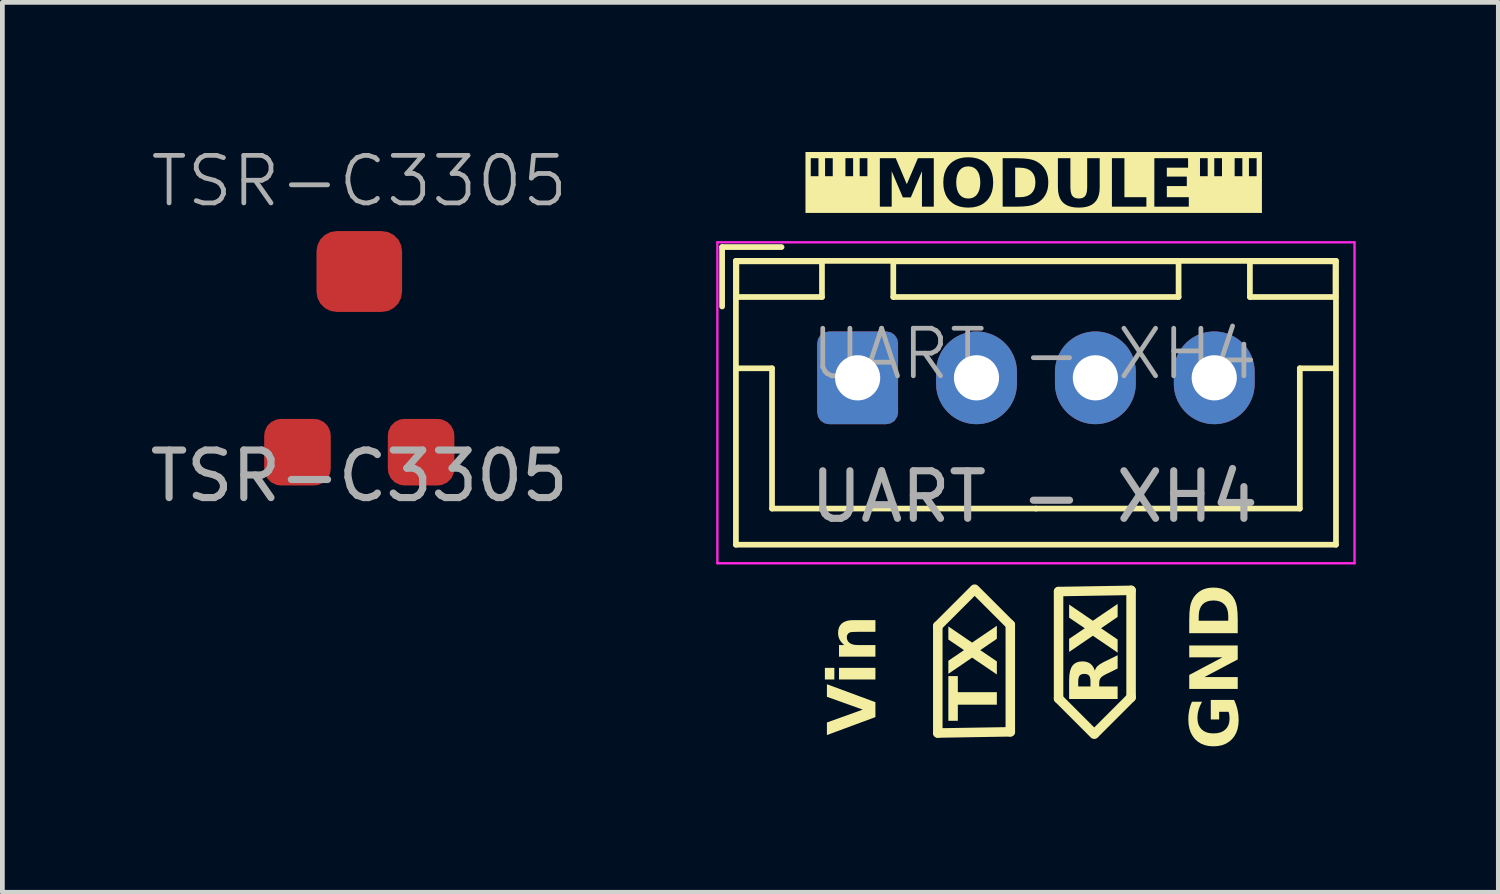
<source format=kicad_pcb>
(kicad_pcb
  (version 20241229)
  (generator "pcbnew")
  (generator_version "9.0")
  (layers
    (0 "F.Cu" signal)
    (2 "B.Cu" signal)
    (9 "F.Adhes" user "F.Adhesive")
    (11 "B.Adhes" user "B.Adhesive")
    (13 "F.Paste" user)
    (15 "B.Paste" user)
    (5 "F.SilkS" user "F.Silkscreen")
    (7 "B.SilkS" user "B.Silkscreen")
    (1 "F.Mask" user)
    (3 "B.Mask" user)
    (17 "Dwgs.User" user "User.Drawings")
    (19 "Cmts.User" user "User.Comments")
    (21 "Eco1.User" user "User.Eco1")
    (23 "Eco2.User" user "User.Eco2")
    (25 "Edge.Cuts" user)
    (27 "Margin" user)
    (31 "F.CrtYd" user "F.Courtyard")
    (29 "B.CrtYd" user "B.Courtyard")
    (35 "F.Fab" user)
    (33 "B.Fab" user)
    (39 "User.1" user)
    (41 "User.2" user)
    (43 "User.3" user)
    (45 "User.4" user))
  (footprint "UART - XH4"
    (layer "F.Cu")
    (at 18.706 4.896)
    (property "Reference" "UART - XH4" (at 0 -0.5 0) (unlocked yes) (layer "F.Fab") (effects (font (size 1 1) (thickness 0.1))))
    (attr through_hole)
    (fp_line (start -6.569 -2.75) (end -6.569 -1.5) (stroke (width 0.12) (type solid)) (layer "F.SilkS"))
    (fp_line (start -6.279 -2.46) (end -6.279 3.51) (stroke (width 0.12) (type solid)) (layer "F.SilkS"))
    (fp_line (start -6.279 3.51) (end 6.341 3.51) (stroke (width 0.12) (type solid)) (layer "F.SilkS"))
    (fp_line (start -6.269 -2.45) (end -6.269 -1.7) (stroke (width 0.12) (type solid)) (layer "F.SilkS"))
    (fp_line (start -6.269 -1.7) (end -4.469 -1.7) (stroke (width 0.12) (type solid)) (layer "F.SilkS"))
    (fp_line (start -6.269 -0.2) (end -5.519 -0.2) (stroke (width 0.12) (type solid)) (layer "F.SilkS"))
    (fp_line (start -5.519 -0.2) (end -5.519 2.75) (stroke (width 0.12) (type solid)) (layer "F.SilkS"))
    (fp_line (start -5.519 2.75) (end 0.031 2.75) (stroke (width 0.12) (type solid)) (layer "F.SilkS"))
    (fp_line (start -5.319 -2.75) (end -6.569 -2.75) (stroke (width 0.12) (type solid)) (layer "F.SilkS"))
    (fp_line (start -4.469 -2.45) (end -6.269 -2.45) (stroke (width 0.12) (type solid)) (layer "F.SilkS"))
    (fp_line (start -4.469 -1.7) (end -4.469 -2.45) (stroke (width 0.12) (type solid)) (layer "F.SilkS"))
    (fp_line (start -2.969 -2.45) (end -2.969 -1.7) (stroke (width 0.12) (type solid)) (layer "F.SilkS"))
    (fp_line (start -2.969 -1.7) (end 3.031 -1.7) (stroke (width 0.12) (type solid)) (layer "F.SilkS"))
    (fp_line (start -2.033 5.22) (end -2.033 7.47) (stroke (width 0.2) (type default)) (layer "F.SilkS"))
    (fp_line (start -2.033 7.47) (end -0.508 7.445) (stroke (width 0.2) (type default)) (layer "F.SilkS"))
    (fp_line (start -1.283 4.47) (end -2.033 5.22) (stroke (width 0.2) (type default)) (layer "F.SilkS"))
    (fp_line (start -1.258 4.445) (end -0.508 5.195) (stroke (width 0.2) (type default)) (layer "F.SilkS"))
    (fp_line (start -0.508 5.195) (end -0.508 7.445) (stroke (width 0.2) (type default)) (layer "F.SilkS"))
    (fp_line (start 0.507 6.745) (end 0.507 4.495) (stroke (width 0.2) (type default)) (layer "F.SilkS"))
    (fp_line (start 1.257 7.495) (end 0.507 6.745) (stroke (width 0.2) (type default)) (layer "F.SilkS"))
    (fp_line (start 1.282 7.47) (end 2.032 6.72) (stroke (width 0.2) (type default)) (layer "F.SilkS"))
    (fp_line (start 2.032 4.47) (end 0.507 4.495) (stroke (width 0.2) (type default)) (layer "F.SilkS"))
    (fp_line (start 2.032 6.72) (end 2.032 4.47) (stroke (width 0.2) (type default)) (layer "F.SilkS"))
    (fp_line (start 3.031 -2.45) (end -2.969 -2.45) (stroke (width 0.12) (type solid)) (layer "F.SilkS"))
    (fp_line (start 3.031 -1.7) (end 3.031 -2.45) (stroke (width 0.12) (type solid)) (layer "F.SilkS"))
    (fp_line (start 4.531 -2.45) (end 4.531 -1.7) (stroke (width 0.12) (type solid)) (layer "F.SilkS"))
    (fp_line (start 4.531 -1.7) (end 6.331 -1.7) (stroke (width 0.12) (type solid)) (layer "F.SilkS"))
    (fp_line (start 5.581 -0.2) (end 5.581 2.75) (stroke (width 0.12) (type solid)) (layer "F.SilkS"))
    (fp_line (start 5.581 2.75) (end 0.031 2.75) (stroke (width 0.12) (type solid)) (layer "F.SilkS"))
    (fp_line (start 6.331 -2.45) (end 4.531 -2.45) (stroke (width 0.12) (type solid)) (layer "F.SilkS"))
    (fp_line (start 6.331 -1.7) (end 6.331 -2.45) (stroke (width 0.12) (type solid)) (layer "F.SilkS"))
    (fp_line (start 6.331 -0.2) (end 5.581 -0.2) (stroke (width 0.12) (type solid)) (layer "F.SilkS"))
    (fp_line (start 6.341 -2.46) (end -6.279 -2.46) (stroke (width 0.12) (type solid)) (layer "F.SilkS"))
    (fp_line (start 6.341 3.51) (end 6.341 -2.46) (stroke (width 0.12) (type solid)) (layer "F.SilkS"))
    (fp_line (start -6.669 -2.85) (end -6.669 3.9) (stroke (width 0.05) (type solid)) (layer "F.CrtYd"))
    (fp_line (start -6.669 3.9) (end 6.731 3.9) (stroke (width 0.05) (type solid)) (layer "F.CrtYd"))
    (fp_line (start 6.731 -2.85) (end -6.669 -2.85) (stroke (width 0.05) (type solid)) (layer "F.CrtYd"))
    (fp_line (start 6.731 3.9) (end 6.731 -2.85) (stroke (width 0.05) (type solid)) (layer "F.CrtYd"))
    (fp_text user "Vin" (at -3.175 7.52 90) (unlocked yes) (layer "F.SilkS") (effects (font (face "Arial Black") (size 1 1) (thickness 0.1)) (justify left bottom)))
    (fp_text user "\"\"MODULE\"\"" (at -4.838 -3.429 0) (unlocked yes) (layer "F.SilkS" knockout) (effects (font (face "Arial Black") (size 1 1) (thickness 0.1)) (justify left bottom)))
    (fp_text user "RX" (at 1.919 6.883 90) (unlocked yes) (layer "F.SilkS") (effects (font (face "Arial Black") (size 1 1) (thickness 0.1)) (justify left bottom)))
    (fp_text user "TX" (at -0.621 7.22 90) (unlocked yes) (layer "F.SilkS") (effects (font (face "Arial Black") (size 1 1) (thickness 0.1)) (justify left bottom)))
    (fp_text user "GND" (at 4.445 7.82 90) (unlocked yes) (layer "F.SilkS") (effects (font (face "Arial Black") (size 1 1) (thickness 0.1)) (justify left bottom)))
    (fp_text user "${REFERENCE}" (at 0 2.5 0) (unlocked yes) (layer "F.Fab") (effects (font (size 1 1) (thickness 0.15))))
    (pad "1" thru_hole roundrect (at -3.719 0) (size 1.7 1.95) (drill 0.95) (layers "*.Cu" "*.Mask") (roundrect_rratio 0.147))
    (pad "2" thru_hole oval (at -1.219 0) (size 1.7 1.95) (drill 0.95) (layers "*.Cu" "*.Mask"))
    (pad "3" thru_hole oval (at 1.281 0) (size 1.7 1.95) (drill 0.95) (layers "*.Cu" "*.Mask"))
    (pad "4" thru_hole oval (at 3.781 0) (size 1.7 1.95) (drill 0.95) (layers "*.Cu" "*.Mask")))
  (footprint "TSR-C3305"
    (layer "F.Cu")
    (at 4.506 4.46)
    (property "Reference" "TSR-C3305" (at 0 -3.7 0) (unlocked yes) (layer "F.Fab") (effects (font (size 1 1) (thickness 0.1))))
    (attr smd)
    (fp_text user "${REFERENCE}" (at 0 2.5 0) (unlocked yes) (layer "F.Fab") (effects (font (size 1 1) (thickness 0.15))))
    (pad "1" smd roundrect (at -1.3 2) (size 1.4 1.4) (layers "F.Cu" "F.Mask" "F.Paste") (roundrect_rratio 0.25))
    (pad "2" smd roundrect (at 0 -1.8) (size 1.8 1.7) (layers "F.Cu" "F.Mask" "F.Paste") (roundrect_rratio 0.25))
    (pad "3" smd roundrect (at 1.3 2) (size 1.4 1.4) (layers "F.Cu" "F.Mask" "F.Paste") (roundrect_rratio 0.25)))
  (gr_rect
    (start -3 -3)
    (end 28.462 15.716)
    (stroke (width 0.1) (type default))
    (fill no)
    (layer "Edge.Cuts")))
</source>
